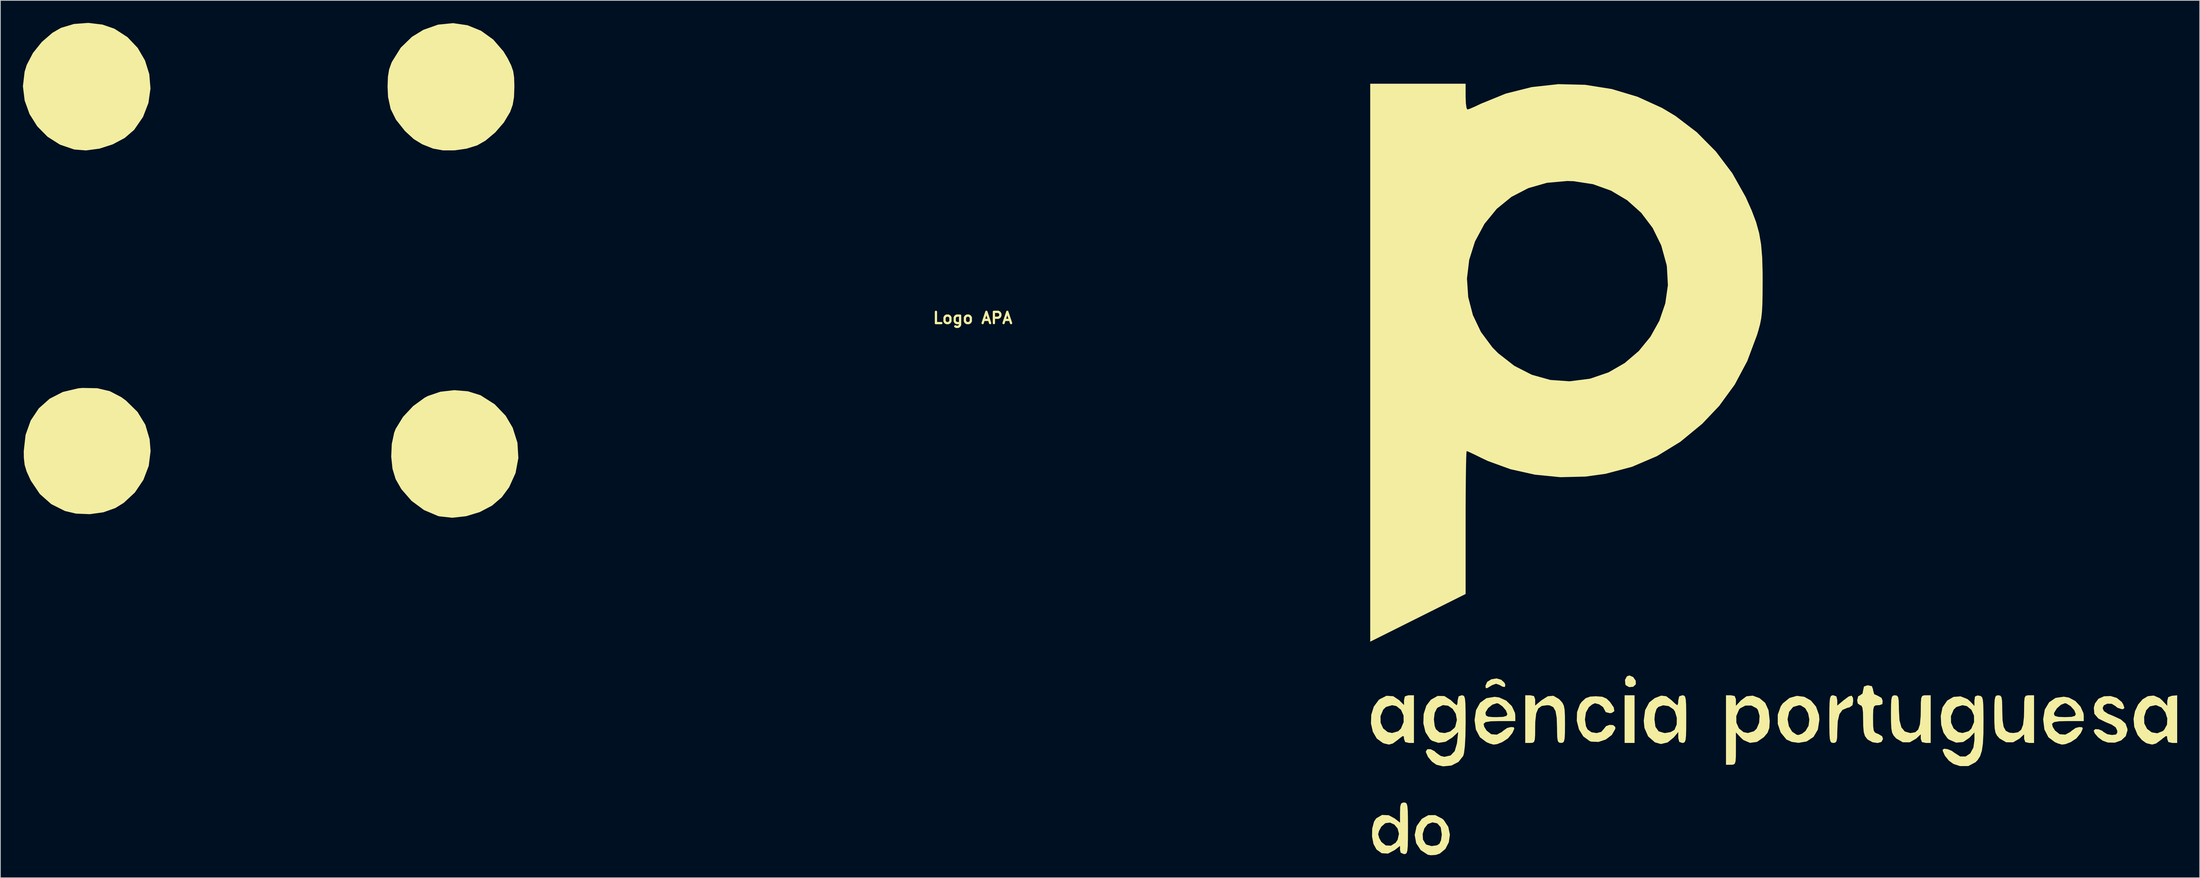
<source format=kicad_pcb>
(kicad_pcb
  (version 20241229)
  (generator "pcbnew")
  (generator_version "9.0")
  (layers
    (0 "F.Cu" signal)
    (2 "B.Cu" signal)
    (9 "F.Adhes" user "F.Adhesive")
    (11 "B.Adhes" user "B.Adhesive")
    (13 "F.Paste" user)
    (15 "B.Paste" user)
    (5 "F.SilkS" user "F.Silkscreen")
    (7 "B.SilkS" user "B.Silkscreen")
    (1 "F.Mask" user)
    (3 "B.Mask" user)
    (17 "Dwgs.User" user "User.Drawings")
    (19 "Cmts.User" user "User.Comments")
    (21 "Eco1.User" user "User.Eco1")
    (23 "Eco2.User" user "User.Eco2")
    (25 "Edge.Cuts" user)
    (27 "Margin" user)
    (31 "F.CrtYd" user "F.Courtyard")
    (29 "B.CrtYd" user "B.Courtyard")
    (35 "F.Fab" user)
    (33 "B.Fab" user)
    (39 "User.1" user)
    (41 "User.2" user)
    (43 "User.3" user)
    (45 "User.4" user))
  (footprint "Logo APA"
    (layer "F.Cu")
    (at 126.435 39.326)
    (property "Reference" "Logo APA" (at 0 0 0) (layer "F.SilkS") (effects (font (size 1.5 1.5) (thickness 0.3))))
    (attr board_only exclude_from_pos_files exclude_from_bom)
    (fp_poly (pts (xy 88.106 53.446) (xy 88.106 56.621) (xy 87.445 56.621) (xy 86.783 56.621) (xy 86.783 53.446) (xy 86.783 50.271) (xy 87.445 50.271) (xy 88.106 50.271)) (stroke (width 0) (type solid)) (fill yes) (layer "F.SilkS"))
    (fp_poly (pts (xy 87.92 47.839) (xy 88.261 48.327) (xy 88.276 48.812) (xy 87.918 49.141) (xy 87.386 49.184) (xy 86.95 48.941) (xy 86.879 48.816) (xy 86.831 48.216) (xy 87.08 47.753) (xy 87.404 47.625)) (stroke (width 0) (type solid)) (fill yes) (layer "F.SilkS"))
    (fp_poly (pts (xy 70.35 48.198) (xy 70.78 48.587) (xy 70.908 48.879) (xy 70.833 49.171) (xy 70.533 49.126) (xy 70.137 48.9) (xy 69.665 48.736) (xy 69.14 48.921) (xy 68.95 49.039) (xy 68.473 49.326) (xy 68.291 49.302) (xy 68.263 48.986) (xy 68.491 48.481) (xy 69.049 48.136) (xy 69.744 48.024)) (stroke (width 0) (type solid)) (fill yes) (layer "F.SilkS"))
    (fp_poly (pts (xy -115.845 -39.099) (xy -114.256 -38.552) (xy -112.522 -37.432) (xy -111.16 -35.999) (xy -110.185 -34.327) (xy -109.611 -32.494) (xy -109.453 -30.576) (xy -109.727 -28.649) (xy -110.447 -26.79) (xy -111.627 -25.074) (xy -111.637 -25.063) (xy -112.888 -23.988) (xy -114.479 -23.14) (xy -116.25 -22.57) (xy -118.043 -22.331) (xy -119.602 -22.455) (xy -121.506 -23.106) (xy -123.161 -24.159) (xy -124.523 -25.539) (xy -125.551 -27.17) (xy -126.202 -28.977) (xy -126.435 -30.887) (xy -126.207 -32.823) (xy -125.927 -33.728) (xy -125.099 -35.316) (xy -123.914 -36.791) (xy -122.509 -38.003) (xy -121.365 -38.663) (xy -119.638 -39.182) (xy -117.735 -39.326)) (stroke (width 0) (type solid)) (fill yes) (layer "F.SilkS"))
    (fp_poly (pts (xy -116.541 9.354) (xy -114.869 9.748) (xy -113.345 10.54) (xy -112.713 11.003) (xy -111.184 12.504) (xy -110.14 14.21) (xy -109.567 16.149) (xy -109.439 17.727) (xy -109.684 19.702) (xy -110.399 21.573) (xy -111.526 23.246) (xy -113.007 24.626) (xy -114.139 25.326) (xy -115.722 25.888) (xy -117.532 26.139) (xy -119.362 26.065) (xy -120.83 25.719) (xy -122.666 24.795) (xy -124.18 23.452) (xy -125.364 21.698) (xy -125.462 21.503) (xy -125.939 20.455) (xy -126.201 19.589) (xy -126.309 18.648) (xy -126.323 17.74) (xy -126.081 15.574) (xy -125.399 13.659) (xy -124.318 12.038) (xy -122.877 10.754) (xy -121.116 9.85) (xy -119.074 9.368) (xy -118.5 9.317)) (stroke (width 0) (type solid)) (fill yes) (layer "F.SilkS"))
    (fp_poly (pts (xy -67.198 9.764) (xy -65.563 10.275) (xy -65.484 10.313) (xy -63.636 11.491) (xy -62.174 13.02) (xy -61.235 14.619) (xy -60.604 16.618) (xy -60.481 18.653) (xy -60.853 20.653) (xy -61.708 22.546) (xy -62.689 23.885) (xy -63.986 25) (xy -65.615 25.856) (xy -67.427 26.408) (xy -69.272 26.614) (xy -70.998 26.428) (xy -71.186 26.378) (xy -73.039 25.59) (xy -74.697 24.368) (xy -76.06 22.798) (xy -76.821 21.464) (xy -77.236 20.095) (xy -77.407 18.469) (xy -77.334 16.799) (xy -77.017 15.295) (xy -76.815 14.77) (xy -75.837 13.177) (xy -74.49 11.734) (xy -72.938 10.606) (xy -72.533 10.392) (xy -70.866 9.824) (xy -69.027 9.614)) (stroke (width 0) (type solid)) (fill yes) (layer "F.SilkS"))
    (fp_poly (pts (xy 114.974 50.42) (xy 115.094 50.942) (xy 115.094 50.956) (xy 115.094 51.641) (xy 115.908 50.956) (xy 116.597 50.438) (xy 117 50.321) (xy 117.181 50.609) (xy 117.21 51.032) (xy 117.118 51.598) (xy 116.732 51.872) (xy 116.412 51.952) (xy 115.786 52.222) (xy 115.379 52.784) (xy 115.158 53.713) (xy 115.094 55.051) (xy 115.074 55.931) (xy 114.988 56.405) (xy 114.793 56.594) (xy 114.565 56.621) (xy 114.341 56.59) (xy 114.191 56.438) (xy 114.101 56.077) (xy 114.054 55.421) (xy 114.037 54.381) (xy 114.035 53.446) (xy 114.041 52.106) (xy 114.066 51.207) (xy 114.126 50.662) (xy 114.235 50.383) (xy 114.409 50.282) (xy 114.565 50.271)) (stroke (width 0) (type solid)) (fill yes) (layer "F.SilkS"))
    (fp_poly (pts (xy 62.499 66.713) (xy 62.727 66.919) (xy 63.313 67.813) (xy 63.522 68.836) (xy 63.383 69.856) (xy 62.927 70.742) (xy 62.186 71.361) (xy 61.648 71.544) (xy 60.981 71.587) (xy 60.59 71.521) (xy 59.639 70.904) (xy 59.038 69.982) (xy 58.837 68.886) (xy 58.866 68.749) (xy 59.9 68.749) (xy 59.943 69.501) (xy 60.299 70.09) (xy 60.412 70.174) (xy 61.08 70.365) (xy 61.794 70.264) (xy 62.124 70.062) (xy 62.338 69.598) (xy 62.44 68.884) (xy 62.442 68.792) (xy 62.297 67.856) (xy 61.848 67.339) (xy 61.204 67.204) (xy 60.576 67.432) (xy 60.126 68.003) (xy 59.9 68.749) (xy 58.866 68.749) (xy 59.084 67.747) (xy 59.123 67.663) (xy 59.79 66.732) (xy 60.639 66.25) (xy 61.573 66.237)) (stroke (width 0) (type solid)) (fill yes) (layer "F.SilkS"))
    (fp_poly (pts (xy 110.7 50.476) (xy 111.582 50.97) (xy 112.266 51.787) (xy 112.657 52.883) (xy 112.712 53.529) (xy 112.51 54.837) (xy 111.932 55.817) (xy 111.019 56.423) (xy 109.934 56.609) (xy 109.039 56.485) (xy 108.337 56.172) (xy 108.312 56.152) (xy 107.556 55.227) (xy 107.169 54.075) (xy 107.169 53.487) (xy 108.479 53.487) (xy 108.647 54.394) (xy 109.083 55.122) (xy 109.683 55.525) (xy 109.934 55.562) (xy 110.404 55.387) (xy 110.86 55.033) (xy 111.268 54.339) (xy 111.372 53.5) (xy 111.21 52.666) (xy 110.82 51.99) (xy 110.239 51.622) (xy 110.006 51.594) (xy 109.215 51.826) (xy 108.684 52.468) (xy 108.48 53.436) (xy 108.479 53.487) (xy 107.169 53.487) (xy 107.168 52.856) (xy 107.569 51.732) (xy 107.834 51.358) (xy 108.729 50.627) (xy 109.717 50.347)) (stroke (width 0) (type solid)) (fill yes) (layer "F.SilkS"))
    (fp_poly (pts (xy -67.251 -39.011) (xy -65.444 -38.275) (xy -63.826 -37.106) (xy -62.462 -35.526) (xy -61.903 -34.604) (xy -61.44 -33.673) (xy -61.172 -32.905) (xy -61.047 -32.076) (xy -61.012 -30.963) (xy -61.012 -30.824) (xy -61.059 -29.457) (xy -61.232 -28.41) (xy -61.564 -27.48) (xy -61.573 -27.459) (xy -62.411 -26.054) (xy -63.56 -24.725) (xy -64.867 -23.629) (xy -65.957 -23.009) (xy -67.368 -22.569) (xy -68.959 -22.34) (xy -70.514 -22.337) (xy -71.823 -22.575) (xy -71.834 -22.579) (xy -73.265 -23.144) (xy -74.395 -23.836) (xy -75.453 -24.801) (xy -75.642 -25.002) (xy -76.772 -26.425) (xy -77.478 -27.846) (xy -77.826 -29.44) (xy -77.893 -30.824) (xy -77.847 -32.127) (xy -77.691 -33.108) (xy -77.388 -33.967) (xy -77.294 -34.167) (xy -76.143 -36.014) (xy -74.658 -37.461) (xy -73.13 -38.398) (xy -71.161 -39.095) (xy -69.179 -39.292)) (stroke (width 0) (type solid)) (fill yes) (layer "F.SilkS"))
    (fp_poly (pts (xy 83.804 50.465) (xy 84.377 50.713) (xy 84.822 51.145) (xy 85.34 51.891) (xy 85.413 52.393) (xy 85.042 52.633) (xy 84.799 52.652) (xy 84.271 52.517) (xy 84.138 52.265) (xy 83.916 51.848) (xy 83.403 51.483) (xy 82.832 51.329) (xy 82.453 51.501) (xy 82.021 51.858) (xy 81.633 52.563) (xy 81.5 53.492) (xy 81.636 54.396) (xy 81.86 54.835) (xy 82.386 55.203) (xy 83.06 55.305) (xy 83.673 55.147) (xy 84.005 54.769) (xy 84.309 54.385) (xy 84.788 54.21) (xy 85.26 54.246) (xy 85.541 54.497) (xy 85.543 54.746) (xy 85.084 55.552) (xy 84.283 56.16) (xy 83.312 56.486) (xy 82.345 56.448) (xy 82.124 56.372) (xy 81.281 55.752) (xy 80.702 54.805) (xy 80.414 53.677) (xy 80.448 52.518) (xy 80.834 51.473) (xy 81.072 51.145) (xy 81.59 50.663) (xy 82.19 50.447) (xy 82.947 50.403)) (stroke (width 0) (type solid)) (fill yes) (layer "F.SilkS"))
    (fp_poly (pts (xy 74.713 50.375) (xy 74.872 50.793) (xy 74.877 50.956) (xy 74.877 51.641) (xy 75.691 50.956) (xy 76.548 50.404) (xy 77.294 50.337) (xy 78.021 50.755) (xy 78.196 50.92) (xy 78.501 51.267) (xy 78.692 51.651) (xy 78.796 52.2) (xy 78.838 53.042) (xy 78.846 54.095) (xy 78.838 55.267) (xy 78.8 56.007) (xy 78.713 56.414) (xy 78.555 56.586) (xy 78.317 56.621) (xy 78.047 56.574) (xy 77.888 56.362) (xy 77.812 55.875) (xy 77.788 55.003) (xy 77.787 54.619) (xy 77.742 53.273) (xy 77.585 52.375) (xy 77.284 51.849) (xy 76.805 51.62) (xy 76.474 51.594) (xy 75.759 51.69) (xy 75.285 52.032) (xy 75.01 52.696) (xy 74.891 53.762) (xy 74.877 54.523) (xy 74.87 55.567) (xy 74.825 56.191) (xy 74.71 56.502) (xy 74.488 56.609) (xy 74.216 56.621) (xy 73.554 56.621) (xy 73.554 53.446) (xy 73.554 50.271) (xy 74.216 50.271)) (stroke (width 0) (type solid)) (fill yes) (layer "F.SilkS"))
    (fp_poly (pts (xy 127.529 53.446) (xy 127.529 56.621) (xy 126.868 56.621) (xy 126.356 56.504) (xy 126.207 56.077) (xy 126.206 56.046) (xy 126.206 55.47) (xy 125.594 56.046) (xy 124.736 56.538) (xy 123.818 56.534) (xy 122.954 56.036) (xy 122.887 55.971) (xy 122.583 55.625) (xy 122.391 55.241) (xy 122.288 54.691) (xy 122.245 53.849) (xy 122.237 52.796) (xy 122.245 51.625) (xy 122.283 50.884) (xy 122.37 50.477) (xy 122.528 50.305) (xy 122.767 50.271) (xy 123.04 50.319) (xy 123.2 50.538) (xy 123.274 51.038) (xy 123.295 51.931) (xy 123.296 52.196) (xy 123.374 53.599) (xy 123.626 54.548) (xy 124.08 55.095) (xy 124.764 55.295) (xy 124.889 55.298) (xy 125.475 55.195) (xy 125.866 54.835) (xy 126.095 54.143) (xy 126.194 53.043) (xy 126.206 52.273) (xy 126.214 51.258) (xy 126.263 50.661) (xy 126.389 50.372) (xy 126.629 50.279) (xy 126.868 50.271) (xy 127.529 50.271)) (stroke (width 0) (type solid)) (fill yes) (layer "F.SilkS"))
    (fp_poly (pts (xy 141.287 53.446) (xy 141.287 56.621) (xy 140.626 56.621) (xy 140.114 56.504) (xy 139.965 56.077) (xy 139.965 56.046) (xy 139.965 55.47) (xy 139.352 56.046) (xy 138.494 56.538) (xy 137.577 56.534) (xy 136.712 56.036) (xy 136.645 55.971) (xy 136.341 55.625) (xy 136.15 55.241) (xy 136.046 54.691) (xy 136.003 53.849) (xy 135.996 52.796) (xy 136.004 51.625) (xy 136.041 50.884) (xy 136.129 50.477) (xy 136.287 50.305) (xy 136.525 50.271) (xy 136.795 50.317) (xy 136.953 50.53) (xy 137.03 51.017) (xy 137.053 51.889) (xy 137.054 52.273) (xy 137.094 53.601) (xy 137.241 54.487) (xy 137.533 55.01) (xy 138.011 55.252) (xy 138.525 55.298) (xy 139.149 55.202) (xy 139.57 54.866) (xy 139.823 54.212) (xy 139.942 53.165) (xy 139.965 52.106) (xy 139.975 51.144) (xy 140.032 50.595) (xy 140.179 50.344) (xy 140.458 50.274) (xy 140.626 50.271) (xy 141.287 50.271)) (stroke (width 0) (type solid)) (fill yes) (layer "F.SilkS"))
    (fp_poly (pts (xy 119.7 49.059) (xy 119.854 49.487) (xy 119.856 49.591) (xy 120.011 50.128) (xy 120.452 50.319) (xy 120.986 50.62) (xy 121.131 50.998) (xy 121.096 51.443) (xy 120.718 51.588) (xy 120.536 51.594) (xy 120.179 51.619) (xy 119.976 51.774) (xy 119.883 52.174) (xy 119.857 52.935) (xy 119.856 53.417) (xy 119.869 54.382) (xy 119.936 54.945) (xy 120.1 55.234) (xy 120.402 55.376) (xy 120.518 55.407) (xy 121.064 55.732) (xy 121.179 56.097) (xy 120.972 56.485) (xy 120.459 56.631) (xy 119.807 56.536) (xy 119.182 56.199) (xy 119.062 56.092) (xy 118.778 55.71) (xy 118.615 55.18) (xy 118.544 54.361) (xy 118.533 53.578) (xy 118.513 52.531) (xy 118.437 51.917) (xy 118.289 51.639) (xy 118.136 51.594) (xy 117.817 51.364) (xy 117.74 50.932) (xy 117.878 50.4) (xy 118.136 50.271) (xy 118.456 50.041) (xy 118.533 49.609) (xy 118.643 49.106) (xy 119.073 48.951) (xy 119.195 48.948)) (stroke (width 0) (type solid)) (fill yes) (layer "F.SilkS"))
    (fp_poly (pts (xy 152.311 50.628) (xy 152.97 51.171) (xy 153.154 51.479) (xy 153.316 51.947) (xy 153.16 52.11) (xy 152.956 52.123) (xy 152.381 51.931) (xy 152.124 51.713) (xy 151.631 51.408) (xy 151.046 51.386) (xy 150.574 51.614) (xy 150.416 51.982) (xy 150.575 52.373) (xy 151.111 52.729) (xy 151.739 52.987) (xy 152.827 53.484) (xy 153.461 54.039) (xy 153.711 54.726) (xy 153.723 54.952) (xy 153.492 55.721) (xy 152.888 56.284) (xy 152.047 56.584) (xy 151.103 56.566) (xy 150.416 56.315) (xy 149.813 55.871) (xy 149.363 55.343) (xy 149.225 54.983) (xy 149.424 54.786) (xy 149.873 54.801) (xy 150.355 54.998) (xy 150.548 55.166) (xy 151.04 55.456) (xy 151.657 55.562) (xy 152.205 55.498) (xy 152.37 55.225) (xy 152.352 54.969) (xy 152.154 54.547) (xy 151.624 54.183) (xy 150.875 53.877) (xy 149.851 53.374) (xy 149.318 52.747) (xy 149.24 51.937) (xy 149.389 51.367) (xy 149.855 50.736) (xy 150.599 50.405) (xy 151.469 50.371)) (stroke (width 0) (type solid)) (fill yes) (layer "F.SilkS"))
    (fp_poly (pts (xy 58.737 53.446) (xy 58.737 56.621) (xy 58.076 56.621) (xy 57.561 56.501) (xy 57.415 56.074) (xy 57.415 56.068) (xy 57.387 55.739) (xy 57.23 55.714) (xy 56.829 56.01) (xy 56.601 56.2) (xy 55.938 56.691) (xy 55.408 56.84) (xy 54.783 56.695) (xy 54.586 56.618) (xy 53.791 56.037) (xy 53.265 55.128) (xy 53.016 54.027) (xy 53.049 53.047) (xy 54.288 53.047) (xy 54.301 53.927) (xy 54.639 54.683) (xy 55.25 55.179) (xy 55.827 55.298) (xy 56.639 55.065) (xy 57.003 54.71) (xy 57.366 53.844) (xy 57.353 52.965) (xy 57.015 52.208) (xy 56.404 51.712) (xy 55.827 51.594) (xy 55.016 51.827) (xy 54.651 52.182) (xy 54.288 53.047) (xy 53.049 53.047) (xy 53.055 52.867) (xy 53.392 51.784) (xy 54.036 50.911) (xy 54.162 50.804) (xy 55.086 50.337) (xy 55.981 50.395) (xy 56.765 50.92) (xy 57.415 51.57) (xy 57.415 50.92) (xy 57.527 50.425) (xy 57.964 50.273) (xy 58.076 50.271) (xy 58.737 50.271)) (stroke (width 0) (type solid)) (fill yes) (layer "F.SilkS"))
    (fp_poly (pts (xy 101.432 50.372) (xy 101.594 50.782) (xy 101.6 50.971) (xy 101.6 51.671) (xy 102.249 50.971) (xy 103.003 50.405) (xy 103.831 50.319) (xy 104.737 50.648) (xy 105.499 51.286) (xy 105.945 52.274) (xy 106.098 53.665) (xy 106.098 53.743) (xy 106.042 54.642) (xy 105.813 55.263) (xy 105.325 55.847) (xy 104.407 56.483) (xy 103.474 56.611) (xy 102.59 56.231) (xy 102.249 55.921) (xy 101.6 55.221) (xy 101.6 57.376) (xy 101.593 58.437) (xy 101.551 59.077) (xy 101.441 59.401) (xy 101.229 59.516) (xy 100.939 59.531) (xy 100.277 59.531) (xy 100.277 54.901) (xy 100.277 53.047) (xy 101.648 53.047) (xy 101.662 53.927) (xy 102 54.683) (xy 102.611 55.179) (xy 103.188 55.298) (xy 103.999 55.065) (xy 104.363 54.71) (xy 104.693 53.913) (xy 104.748 53.012) (xy 104.528 52.237) (xy 104.359 52.01) (xy 103.667 51.641) (xy 102.861 51.644) (xy 102.168 52.001) (xy 102.012 52.182) (xy 101.648 53.047) (xy 100.277 53.047) (xy 100.277 50.271) (xy 100.939 50.271)) (stroke (width 0) (type solid)) (fill yes) (layer "F.SilkS"))
    (fp_poly (pts (xy 57.631 64.588) (xy 57.778 64.731) (xy 57.87 65.074) (xy 57.92 65.7) (xy 57.94 66.693) (xy 57.944 67.998) (xy 57.939 69.402) (xy 57.917 70.361) (xy 57.864 70.96) (xy 57.768 71.283) (xy 57.615 71.414) (xy 57.415 71.438) (xy 56.975 71.254) (xy 56.885 70.889) (xy 56.885 70.341) (xy 56.188 70.889) (xy 55.284 71.366) (xy 54.45 71.319) (xy 53.757 70.825) (xy 53.351 70.083) (xy 53.159 69.082) (xy 53.165 68.792) (xy 53.975 68.792) (xy 54.12 69.308) (xy 54.397 69.806) (xy 54.99 70.28) (xy 55.678 70.31) (xy 56.303 69.918) (xy 56.567 69.519) (xy 56.742 68.727) (xy 56.563 68.027) (xy 56.132 67.501) (xy 55.555 67.235) (xy 54.935 67.31) (xy 54.397 67.777) (xy 54.08 68.372) (xy 53.975 68.792) (xy 53.165 68.792) (xy 53.183 68.023) (xy 53.425 67.107) (xy 53.71 66.675) (xy 54.496 66.214) (xy 55.384 66.253) (xy 56.188 66.694) (xy 56.885 67.243) (xy 56.885 65.9) (xy 56.912 65.1) (xy 57.028 64.698) (xy 57.282 64.565) (xy 57.415 64.558)) (stroke (width 0) (type solid)) (fill yes) (layer "F.SilkS"))
    (fp_poly (pts (xy 160.338 53.449) (xy 160.338 56.621) (xy 159.676 56.621) (xy 159.161 56.501) (xy 159.015 56.074) (xy 159.015 56.068) (xy 158.987 55.739) (xy 158.83 55.714) (xy 158.429 56.01) (xy 158.201 56.2) (xy 157.539 56.69) (xy 157.009 56.839) (xy 156.381 56.694) (xy 156.172 56.613) (xy 155.64 56.231) (xy 155.113 55.607) (xy 155.048 55.505) (xy 154.623 54.468) (xy 154.532 53.406) (xy 154.583 53.137) (xy 155.941 53.137) (xy 155.963 54.035) (xy 156.337 54.751) (xy 156.947 55.209) (xy 157.676 55.334) (xy 158.408 55.048) (xy 158.599 54.882) (xy 158.986 54.182) (xy 159.022 53.348) (xy 158.763 52.536) (xy 158.261 51.902) (xy 157.572 51.601) (xy 157.444 51.594) (xy 156.697 51.75) (xy 156.215 52.272) (xy 155.941 53.137) (xy 154.583 53.137) (xy 154.722 52.394) (xy 155.14 51.504) (xy 155.73 50.811) (xy 156.44 50.388) (xy 157.216 50.308) (xy 158.004 50.645) (xy 158.366 50.971) (xy 159.015 51.671) (xy 159.015 51.029) (xy 159.145 50.521) (xy 159.63 50.336) (xy 159.676 50.332) (xy 160.338 50.277)) (stroke (width 0) (type solid)) (fill yes) (layer "F.SilkS"))
    (fp_poly (pts (xy 145.918 50.575) (xy 146.779 51.029) (xy 147.477 51.784) (xy 147.865 52.66) (xy 147.901 52.983) (xy 147.902 53.71) (xy 145.785 53.71) (xy 144.632 53.737) (xy 143.95 53.846) (xy 143.682 54.079) (xy 143.771 54.479) (xy 144.081 54.974) (xy 144.697 55.459) (xy 145.447 55.515) (xy 146.146 55.137) (xy 146.244 55.033) (xy 146.817 54.625) (xy 147.306 54.504) (xy 147.699 54.534) (xy 147.771 54.719) (xy 147.554 55.203) (xy 147.494 55.319) (xy 146.929 56.012) (xy 146.173 56.509) (xy 145.477 56.78) (xy 145.006 56.844) (xy 144.498 56.702) (xy 144.066 56.519) (xy 143.193 55.863) (xy 142.663 54.83) (xy 142.496 53.469) (xy 142.612 52.784) (xy 143.933 52.784) (xy 144.064 53.024) (xy 144.522 53.147) (xy 145.389 53.181) (xy 146.266 53.146) (xy 146.718 53.021) (xy 146.844 52.784) (xy 146.637 52.26) (xy 146.153 51.72) (xy 145.597 51.37) (xy 145.389 51.329) (xy 144.864 51.536) (xy 144.324 52.019) (xy 143.975 52.575) (xy 143.933 52.784) (xy 142.612 52.784) (xy 142.715 52.177) (xy 143.288 51.209) (xy 144.151 50.619) (xy 145.244 50.46)) (stroke (width 0) (type solid)) (fill yes) (layer "F.SilkS"))
    (fp_poly (pts (xy 70.083 50.558) (xy 71.033 50.989) (xy 71.781 51.73) (xy 72.191 52.626) (xy 72.23 52.983) (xy 72.231 53.71) (xy 70.115 53.71) (xy 68.962 53.737) (xy 68.279 53.846) (xy 68.011 54.079) (xy 68.1 54.479) (xy 68.41 54.974) (xy 69.026 55.459) (xy 69.776 55.515) (xy 70.475 55.137) (xy 70.573 55.033) (xy 71.146 54.625) (xy 71.635 54.504) (xy 72.029 54.534) (xy 72.1 54.719) (xy 71.883 55.203) (xy 71.824 55.319) (xy 71.258 56.012) (xy 70.502 56.509) (xy 69.806 56.78) (xy 69.335 56.844) (xy 68.827 56.702) (xy 68.395 56.519) (xy 67.525 55.864) (xy 66.983 54.837) (xy 66.807 53.578) (xy 66.941 52.667) (xy 68.263 52.667) (xy 68.33 52.965) (xy 68.616 53.12) (xy 69.244 53.176) (xy 69.718 53.181) (xy 70.595 53.146) (xy 71.047 53.021) (xy 71.173 52.784) (xy 70.977 52.283) (xy 70.52 51.748) (xy 69.998 51.383) (xy 69.777 51.329) (xy 69.178 51.522) (xy 68.611 51.98) (xy 68.283 52.52) (xy 68.263 52.667) (xy 66.941 52.667) (xy 67.001 52.256) (xy 67.546 51.266) (xy 68.391 50.656) (xy 69.481 50.476)) (stroke (width 0) (type solid)) (fill yes) (layer "F.SilkS"))
    (fp_poly (pts (xy 94.68 50.302) (xy 94.829 50.454) (xy 94.92 50.814) (xy 94.967 51.471) (xy 94.984 52.511) (xy 94.985 53.446) (xy 94.98 54.786) (xy 94.955 55.685) (xy 94.895 56.23) (xy 94.785 56.509) (xy 94.612 56.61) (xy 94.456 56.621) (xy 94.055 56.482) (xy 93.927 55.981) (xy 93.926 55.893) (xy 93.924 55.166) (xy 93.33 55.882) (xy 92.512 56.554) (xy 91.608 56.766) (xy 90.816 56.541) (xy 89.914 55.751) (xy 89.425 54.634) (xy 89.327 53.671) (xy 89.357 53.446) (xy 90.752 53.446) (xy 90.886 54.469) (xy 91.309 55.072) (xy 92.053 55.295) (xy 92.184 55.298) (xy 92.9 55.178) (xy 93.408 54.888) (xy 93.418 54.876) (xy 93.714 54.169) (xy 93.731 53.271) (xy 93.482 52.436) (xy 93.278 52.136) (xy 92.636 51.711) (xy 91.9 51.608) (xy 91.268 51.828) (xy 91.026 52.106) (xy 90.826 52.744) (xy 90.752 53.446) (xy 89.357 53.446) (xy 89.512 52.254) (xy 90.064 51.216) (xy 90.796 50.645) (xy 91.649 50.319) (xy 92.319 50.396) (xy 92.993 50.9) (xy 93.025 50.932) (xy 93.495 51.372) (xy 93.787 51.589) (xy 93.807 51.594) (xy 93.897 51.367) (xy 93.927 50.932) (xy 94.051 50.414) (xy 94.456 50.271)) (stroke (width 0) (type solid)) (fill yes) (layer "F.SilkS"))
    (fp_poly (pts (xy 133.945 50.319) (xy 134.196 50.377) (xy 134.365 50.528) (xy 134.469 50.861) (xy 134.525 51.468) (xy 134.549 52.439) (xy 134.558 53.578) (xy 134.547 55.359) (xy 134.478 56.697) (xy 134.337 57.679) (xy 134.106 58.389) (xy 133.769 58.914) (xy 133.481 59.201) (xy 132.536 59.701) (xy 131.425 59.706) (xy 130.565 59.426) (xy 129.95 58.985) (xy 129.417 58.328) (xy 129.13 57.672) (xy 129.117 57.534) (xy 129.316 57.388) (xy 129.784 57.451) (xy 130.33 57.674) (xy 130.704 57.944) (xy 131.451 58.421) (xy 132.175 58.426) (xy 132.789 58.015) (xy 133.209 57.243) (xy 133.35 56.259) (xy 133.35 55.221) (xy 132.701 55.921) (xy 131.855 56.499) (xy 130.91 56.582) (xy 129.959 56.168) (xy 129.759 56.01) (xy 129.233 55.257) (xy 128.925 54.2) (xy 128.866 53.047) (xy 130.223 53.047) (xy 130.237 53.927) (xy 130.575 54.683) (xy 131.186 55.179) (xy 131.762 55.298) (xy 132.574 55.065) (xy 132.938 54.71) (xy 133.302 53.844) (xy 133.288 52.965) (xy 132.95 52.208) (xy 132.339 51.712) (xy 131.762 51.594) (xy 130.951 51.827) (xy 130.587 52.182) (xy 130.223 53.047) (xy 128.866 53.047) (xy 128.865 53.033) (xy 129.083 51.945) (xy 129.121 51.849) (xy 129.723 50.975) (xy 130.562 50.487) (xy 131.507 50.413) (xy 132.423 50.779) (xy 132.814 51.118) (xy 133.35 51.694) (xy 133.35 50.964) (xy 133.424 50.442) (xy 133.732 50.3)) (stroke (width 0) (type solid)) (fill yes) (layer "F.SilkS"))
    (fp_poly (pts (xy 65.297 50.298) (xy 65.443 50.435) (xy 65.536 50.763) (xy 65.588 51.363) (xy 65.611 52.317) (xy 65.617 53.706) (xy 65.617 53.963) (xy 65.592 55.662) (xy 65.52 57.017) (xy 65.407 57.96) (xy 65.301 58.348) (xy 64.666 59.152) (xy 63.726 59.633) (xy 62.627 59.743) (xy 61.742 59.533) (xy 61.143 59.122) (xy 60.618 58.496) (xy 60.337 57.874) (xy 60.325 57.753) (xy 60.51 57.46) (xy 60.95 57.454) (xy 61.471 57.711) (xy 61.719 57.944) (xy 62.293 58.352) (xy 62.785 58.473) (xy 63.619 58.29) (xy 64.165 57.713) (xy 64.458 56.7) (xy 64.487 56.472) (xy 64.626 55.166) (xy 63.85 55.893) (xy 62.947 56.465) (xy 61.996 56.612) (xy 61.136 56.325) (xy 60.868 56.106) (xy 60.266 55.169) (xy 59.988 54.003) (xy 60.006 53.48) (xy 61.393 53.48) (xy 61.5 54.366) (xy 61.665 54.801) (xy 62.145 55.213) (xy 62.839 55.303) (xy 63.562 55.097) (xy 64.131 54.621) (xy 64.244 54.431) (xy 64.455 53.553) (xy 64.308 52.741) (xy 63.891 52.083) (xy 63.292 51.666) (xy 62.601 51.58) (xy 61.906 51.91) (xy 61.799 52.01) (xy 61.497 52.616) (xy 61.393 53.48) (xy 60.006 53.48) (xy 60.03 52.775) (xy 60.387 51.654) (xy 60.987 50.866) (xy 61.89 50.357) (xy 62.785 50.373) (xy 63.636 50.912) (xy 63.656 50.932) (xy 64.126 51.372) (xy 64.418 51.589) (xy 64.438 51.594) (xy 64.529 51.367) (xy 64.558 50.932) (xy 64.682 50.414) (xy 65.088 50.271)) (stroke (width 0) (type solid)) (fill yes) (layer "F.SilkS"))
    (fp_poly (pts (xy 65.617 -29.501) (xy 65.65 -28.625) (xy 65.737 -28.006) (xy 65.854 -27.781) (xy 66.198 -27.891) (xy 66.864 -28.179) (xy 67.64 -28.548) (xy 70.958 -29.903) (xy 74.42 -30.773) (xy 77.966 -31.162) (xy 81.534 -31.075) (xy 85.065 -30.515) (xy 88.498 -29.485) (xy 91.772 -27.991) (xy 93.552 -26.926) (xy 96.383 -24.764) (xy 98.925 -22.197) (xy 101.116 -19.296) (xy 102.893 -16.135) (xy 102.94 -16.034) (xy 103.708 -14.312) (xy 104.282 -12.79) (xy 104.687 -11.334) (xy 104.949 -9.813) (xy 105.096 -8.095) (xy 105.154 -6.046) (xy 105.157 -4.895) (xy 105.148 -3.151) (xy 105.121 -1.822) (xy 105.065 -0.795) (xy 104.969 0.044) (xy 104.819 0.809) (xy 104.605 1.614) (xy 104.414 2.249) (xy 103.111 5.737) (xy 101.442 8.873) (xy 99.368 11.719) (xy 97.115 14.095) (xy 94.203 16.493) (xy 91.087 18.404) (xy 87.767 19.827) (xy 84.247 20.76) (xy 81.577 21.13) (xy 78.216 21.209) (xy 74.845 20.875) (xy 71.59 20.148) (xy 68.577 19.053) (xy 67.73 18.651) (xy 66.844 18.214) (xy 66.153 17.888) (xy 65.782 17.733) (xy 65.756 17.727) (xy 65.724 17.982) (xy 65.694 18.707) (xy 65.669 19.843) (xy 65.647 21.331) (xy 65.631 23.112) (xy 65.62 25.127) (xy 65.617 27.251) (xy 65.617 36.775) (xy 59.267 39.952) (xy 52.917 43.129) (xy 52.917 5.954) (xy 52.917 -5.268) (xy 65.797 -5.268) (xy 65.962 -2.789) (xy 66.585 -0.39) (xy 67.66 1.865) (xy 69.179 3.91) (xy 69.946 4.689) (xy 72.1 6.371) (xy 74.426 7.561) (xy 76.891 8.251) (xy 79.462 8.432) (xy 82.107 8.095) (xy 82.261 8.059) (xy 84.646 7.241) (xy 86.794 6) (xy 88.665 4.399) (xy 90.216 2.499) (xy 91.407 0.362) (xy 92.197 -1.95) (xy 92.544 -4.376) (xy 92.407 -6.854) (xy 92.367 -7.095) (xy 91.654 -9.684) (xy 90.514 -12.004) (xy 88.992 -14.016) (xy 87.133 -15.683) (xy 84.983 -16.967) (xy 82.586 -17.829) (xy 79.989 -18.231) (xy 79.131 -18.256) (xy 76.441 -18.015) (xy 73.96 -17.305) (xy 71.723 -16.145) (xy 69.767 -14.553) (xy 68.129 -12.548) (xy 68.118 -12.531) (xy 66.868 -10.204) (xy 66.096 -7.761) (xy 65.797 -5.268) (xy 52.917 -5.268) (xy 52.917 -31.221) (xy 59.267 -31.221) (xy 65.617 -31.221)) (stroke (width 0) (type solid)) (fill yes) (layer "F.SilkS")))
  (gr_rect
    (start -3 -3)
    (end 289.772 113.913)
    (stroke (width 0.1) (type default))
    (fill no)
    (layer "Edge.Cuts")))
</source>
